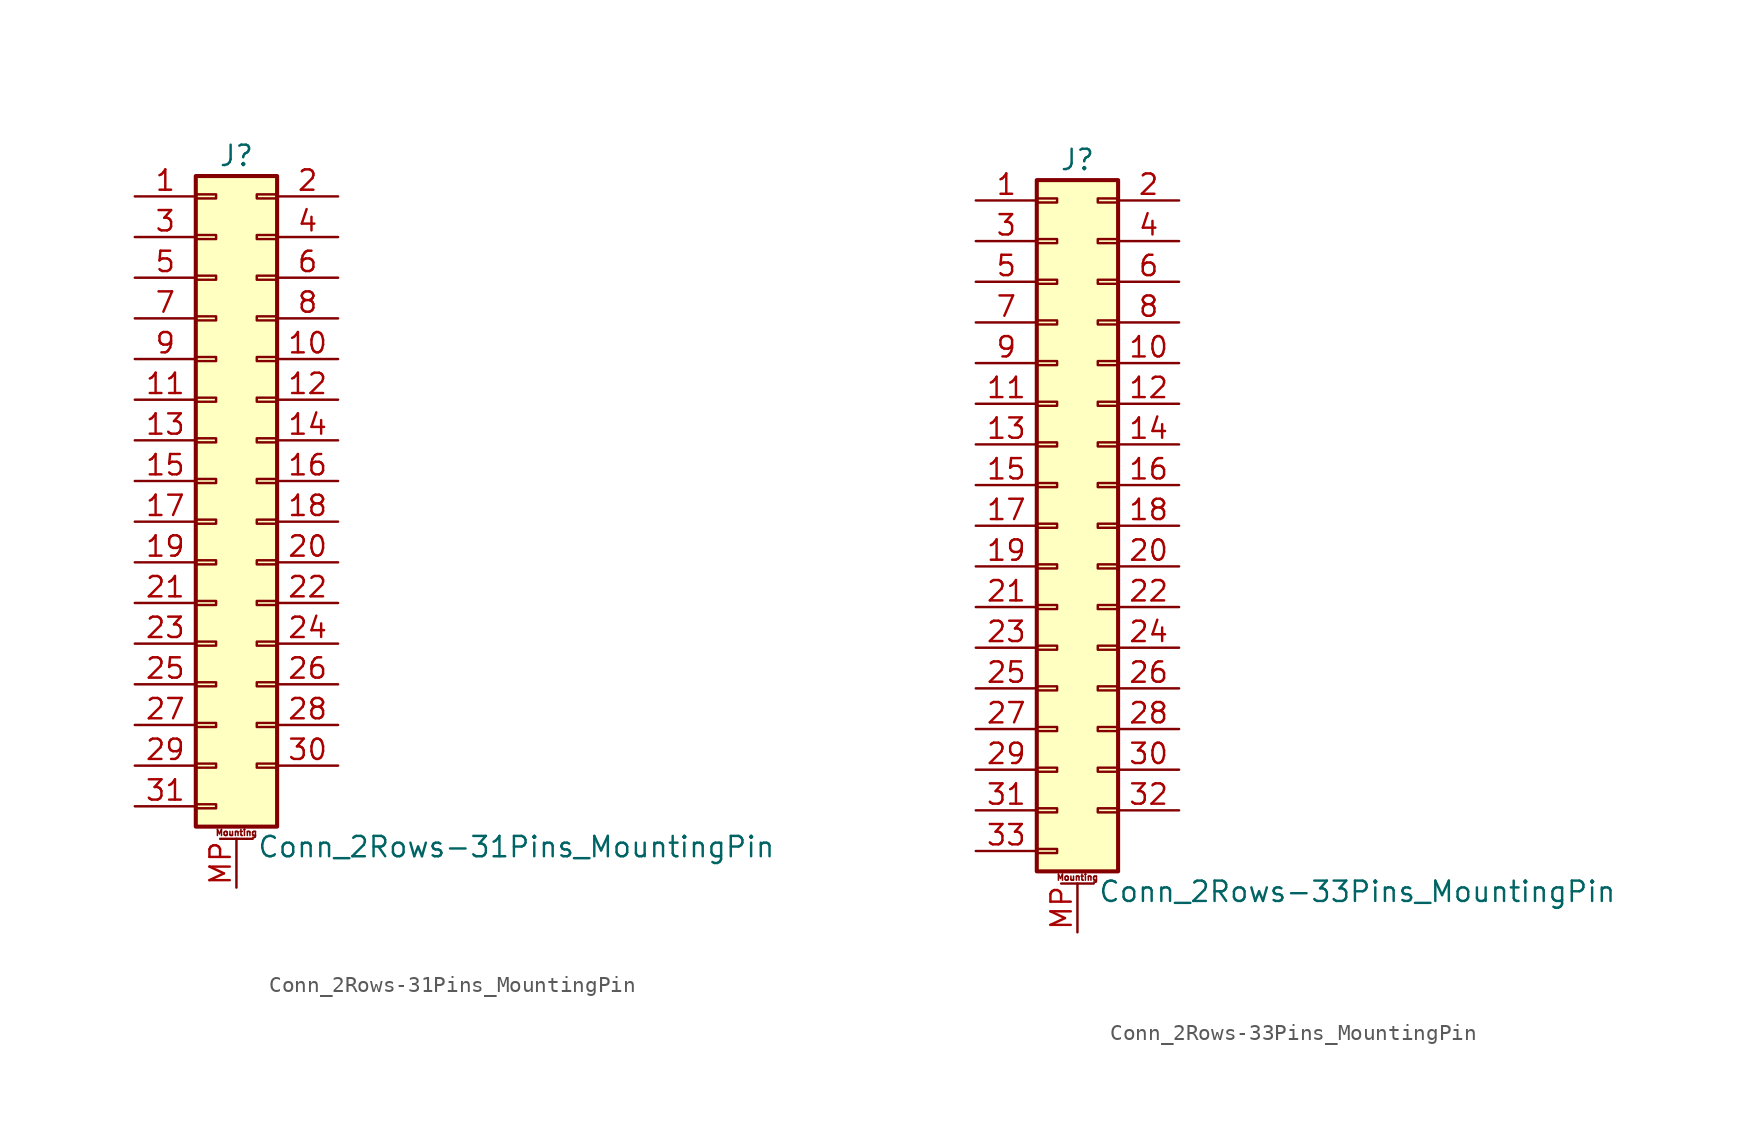
<source format=kicad_sym>
(kicad_symbol_lib
  (version 20201005)
  (generator kicad_symbol_editor)
  (symbol "Connector_Generic_MountingPin:Conn_2Rows-31Pins_MountingPin"
    (pin_names
      (offset 1.016) hide)
    (property "Reference" "J"
      (at 1.27 20.32 0)
      (effects (font (size 1.27 1.27))))
    (property "Value" "Conn_2Rows-31Pins_MountingPin"
      (at 2.54 -22.86 0)
      (effects (font (size 1.27 1.27)) (justify left)))
    (symbol "Conn_2Rows-31Pins_MountingPin_1_1"
      (text "Mounting" (at 1.27 -21.971 0) (effects (font (size 0.381 0.381))))
      (rectangle (start -1.27 -4.953) (end 0 -5.207) (stroke (width 0.152)) (fill (type none)))
      (rectangle (start -1.27 -7.493) (end 0 -7.747) (stroke (width 0.152)) (fill (type none)))
      (rectangle (start -1.27 -10.033) (end 0 -10.287) (stroke (width 0.152)) (fill (type none)))
      (rectangle (start -1.27 -12.573) (end 0 -12.827) (stroke (width 0.152)) (fill (type none)))
      (rectangle (start -1.27 -15.113) (end 0 -15.367) (stroke (width 0.152)) (fill (type none)))
      (rectangle (start -1.27 -17.653) (end 0 -17.907) (stroke (width 0.152)) (fill (type none)))
      (rectangle (start -1.27 -20.193) (end 0 -20.447) (stroke (width 0.152)) (fill (type none)))
      (rectangle (start -1.27 -2.413) (end 0 -2.667) (stroke (width 0.152)) (fill (type none)))
      (rectangle (start -1.27 2.667) (end 0 2.413) (stroke (width 0.152)) (fill (type none)))
      (rectangle (start -1.27 5.207) (end 0 4.953) (stroke (width 0.152)) (fill (type none)))
      (rectangle (start -1.27 7.747) (end 0 7.493) (stroke (width 0.152)) (fill (type none)))
      (rectangle (start -1.27 10.287) (end 0 10.033) (stroke (width 0.152)) (fill (type none)))
      (rectangle (start -1.27 0.127) (end 0 -0.127) (stroke (width 0.152)) (fill (type none)))
      (rectangle (start -1.27 12.827) (end 0 12.573) (stroke (width 0.152)) (fill (type none)))
      (rectangle (start -1.27 15.367) (end 0 15.113) (stroke (width 0.152)) (fill (type none)))
      (rectangle (start -1.27 17.907) (end 0 17.653) (stroke (width 0.152)) (fill (type none)))
      (rectangle (start -1.27 19.05) (end 3.81 -21.59) (stroke (width 0.254)) (fill (type background)))
      (rectangle (start 3.81 -4.953) (end 2.54 -5.207) (stroke (width 0.152)) (fill (type none)))
      (rectangle (start 3.81 -7.493) (end 2.54 -7.747) (stroke (width 0.152)) (fill (type none)))
      (rectangle (start 3.81 -10.033) (end 2.54 -10.287) (stroke (width 0.152)) (fill (type none)))
      (rectangle (start 3.81 -12.573) (end 2.54 -12.827) (stroke (width 0.152)) (fill (type none)))
      (rectangle (start 3.81 -15.113) (end 2.54 -15.367) (stroke (width 0.152)) (fill (type none)))
      (rectangle (start 3.81 -17.653) (end 2.54 -17.907) (stroke (width 0.152)) (fill (type none)))
      (rectangle (start 3.81 -2.413) (end 2.54 -2.667) (stroke (width 0.152)) (fill (type none)))
      (rectangle (start 3.81 2.667) (end 2.54 2.413) (stroke (width 0.152)) (fill (type none)))
      (rectangle (start 3.81 5.207) (end 2.54 4.953) (stroke (width 0.152)) (fill (type none)))
      (rectangle (start 3.81 7.747) (end 2.54 7.493) (stroke (width 0.152)) (fill (type none)))
      (rectangle (start 3.81 10.287) (end 2.54 10.033) (stroke (width 0.152)) (fill (type none)))
      (rectangle (start 3.81 0.127) (end 2.54 -0.127) (stroke (width 0.152)) (fill (type none)))
      (rectangle (start 3.81 12.827) (end 2.54 12.573) (stroke (width 0.152)) (fill (type none)))
      (rectangle (start 3.81 15.367) (end 2.54 15.113) (stroke (width 0.152)) (fill (type none)))
      (rectangle (start 3.81 17.907) (end 2.54 17.653) (stroke (width 0.152)) (fill (type none)))
      (polyline (pts (xy 0.254 -22.352) (xy 2.286 -22.352)) (stroke (width 0.152)) (fill (type none)))
      (pin passive line (at 1.27 -25.4 90) (length 3.048) (name "MountPin" (effects (font (size 1.27 1.27)))) (number "MP" (effects (font (size 1.27 1.27)))))
      (pin passive line (at -5.08 17.78 0) (length 3.81) (name "Pin_1" (effects (font (size 1.27 1.27)))) (number "1" (effects (font (size 1.27 1.27)))))
      (pin passive line (at 7.62 7.62 180) (length 3.81) (name "Pin_10" (effects (font (size 1.27 1.27)))) (number "10" (effects (font (size 1.27 1.27)))))
      (pin passive line (at -5.08 5.08 0) (length 3.81) (name "Pin_11" (effects (font (size 1.27 1.27)))) (number "11" (effects (font (size 1.27 1.27)))))
      (pin passive line (at 7.62 5.08 180) (length 3.81) (name "Pin_12" (effects (font (size 1.27 1.27)))) (number "12" (effects (font (size 1.27 1.27)))))
      (pin passive line (at -5.08 2.54 0) (length 3.81) (name "Pin_13" (effects (font (size 1.27 1.27)))) (number "13" (effects (font (size 1.27 1.27)))))
      (pin passive line (at 7.62 2.54 180) (length 3.81) (name "Pin_14" (effects (font (size 1.27 1.27)))) (number "14" (effects (font (size 1.27 1.27)))))
      (pin passive line (at -5.08 0 0) (length 3.81) (name "Pin_15" (effects (font (size 1.27 1.27)))) (number "15" (effects (font (size 1.27 1.27)))))
      (pin passive line (at 7.62 0 180) (length 3.81) (name "Pin_16" (effects (font (size 1.27 1.27)))) (number "16" (effects (font (size 1.27 1.27)))))
      (pin passive line (at -5.08 -2.54 0) (length 3.81) (name "Pin_17" (effects (font (size 1.27 1.27)))) (number "17" (effects (font (size 1.27 1.27)))))
      (pin passive line (at 7.62 -2.54 180) (length 3.81) (name "Pin_18" (effects (font (size 1.27 1.27)))) (number "18" (effects (font (size 1.27 1.27)))))
      (pin passive line (at -5.08 -5.08 0) (length 3.81) (name "Pin_19" (effects (font (size 1.27 1.27)))) (number "19" (effects (font (size 1.27 1.27)))))
      (pin passive line (at 7.62 17.78 180) (length 3.81) (name "Pin_2" (effects (font (size 1.27 1.27)))) (number "2" (effects (font (size 1.27 1.27)))))
      (pin passive line (at 7.62 -5.08 180) (length 3.81) (name "Pin_20" (effects (font (size 1.27 1.27)))) (number "20" (effects (font (size 1.27 1.27)))))
      (pin passive line (at -5.08 -7.62 0) (length 3.81) (name "Pin_21" (effects (font (size 1.27 1.27)))) (number "21" (effects (font (size 1.27 1.27)))))
      (pin passive line (at 7.62 -7.62 180) (length 3.81) (name "Pin_22" (effects (font (size 1.27 1.27)))) (number "22" (effects (font (size 1.27 1.27)))))
      (pin passive line (at -5.08 -10.16 0) (length 3.81) (name "Pin_23" (effects (font (size 1.27 1.27)))) (number "23" (effects (font (size 1.27 1.27)))))
      (pin passive line (at 7.62 -10.16 180) (length 3.81) (name "Pin_24" (effects (font (size 1.27 1.27)))) (number "24" (effects (font (size 1.27 1.27)))))
      (pin passive line (at -5.08 -12.7 0) (length 3.81) (name "Pin_25" (effects (font (size 1.27 1.27)))) (number "25" (effects (font (size 1.27 1.27)))))
      (pin passive line (at 7.62 -12.7 180) (length 3.81) (name "Pin_26" (effects (font (size 1.27 1.27)))) (number "26" (effects (font (size 1.27 1.27)))))
      (pin passive line (at -5.08 -15.24 0) (length 3.81) (name "Pin_27" (effects (font (size 1.27 1.27)))) (number "27" (effects (font (size 1.27 1.27)))))
      (pin passive line (at 7.62 -15.24 180) (length 3.81) (name "Pin_28" (effects (font (size 1.27 1.27)))) (number "28" (effects (font (size 1.27 1.27)))))
      (pin passive line (at -5.08 -17.78 0) (length 3.81) (name "Pin_29" (effects (font (size 1.27 1.27)))) (number "29" (effects (font (size 1.27 1.27)))))
      (pin passive line (at -5.08 15.24 0) (length 3.81) (name "Pin_3" (effects (font (size 1.27 1.27)))) (number "3" (effects (font (size 1.27 1.27)))))
      (pin passive line (at 7.62 -17.78 180) (length 3.81) (name "Pin_30" (effects (font (size 1.27 1.27)))) (number "30" (effects (font (size 1.27 1.27)))))
      (pin passive line (at -5.08 -20.32 0) (length 3.81) (name "Pin_31" (effects (font (size 1.27 1.27)))) (number "31" (effects (font (size 1.27 1.27)))))
      (pin passive line (at 7.62 15.24 180) (length 3.81) (name "Pin_4" (effects (font (size 1.27 1.27)))) (number "4" (effects (font (size 1.27 1.27)))))
      (pin passive line (at -5.08 12.7 0) (length 3.81) (name "Pin_5" (effects (font (size 1.27 1.27)))) (number "5" (effects (font (size 1.27 1.27)))))
      (pin passive line (at 7.62 12.7 180) (length 3.81) (name "Pin_6" (effects (font (size 1.27 1.27)))) (number "6" (effects (font (size 1.27 1.27)))))
      (pin passive line (at -5.08 10.16 0) (length 3.81) (name "Pin_7" (effects (font (size 1.27 1.27)))) (number "7" (effects (font (size 1.27 1.27)))))
      (pin passive line (at 7.62 10.16 180) (length 3.81) (name "Pin_8" (effects (font (size 1.27 1.27)))) (number "8" (effects (font (size 1.27 1.27)))))
      (pin passive line (at -5.08 7.62 0) (length 3.81) (name "Pin_9" (effects (font (size 1.27 1.27)))) (number "9" (effects (font (size 1.27 1.27)))))))
  (symbol "Connector_Generic_MountingPin:Conn_2Rows-33Pins_MountingPin"
    (pin_names
      (offset 1.016) hide)
    (property "Reference" "J"
      (at 1.27 22.86 0)
      (effects (font (size 1.27 1.27))))
    (property "Value" "Conn_2Rows-33Pins_MountingPin"
      (at 2.54 -22.86 0)
      (effects (font (size 1.27 1.27)) (justify left)))
    (symbol "Conn_2Rows-33Pins_MountingPin_1_1"
      (text "Mounting" (at 1.27 -21.971 0) (effects (font (size 0.381 0.381))))
      (rectangle (start -1.27 -4.953) (end 0 -5.207) (stroke (width 0.152)) (fill (type none)))
      (rectangle (start -1.27 -7.493) (end 0 -7.747) (stroke (width 0.152)) (fill (type none)))
      (rectangle (start -1.27 -10.033) (end 0 -10.287) (stroke (width 0.152)) (fill (type none)))
      (rectangle (start -1.27 -12.573) (end 0 -12.827) (stroke (width 0.152)) (fill (type none)))
      (rectangle (start -1.27 -15.113) (end 0 -15.367) (stroke (width 0.152)) (fill (type none)))
      (rectangle (start -1.27 -17.653) (end 0 -17.907) (stroke (width 0.152)) (fill (type none)))
      (rectangle (start -1.27 -20.193) (end 0 -20.447) (stroke (width 0.152)) (fill (type none)))
      (rectangle (start -1.27 -2.413) (end 0 -2.667) (stroke (width 0.152)) (fill (type none)))
      (rectangle (start -1.27 2.667) (end 0 2.413) (stroke (width 0.152)) (fill (type none)))
      (rectangle (start -1.27 5.207) (end 0 4.953) (stroke (width 0.152)) (fill (type none)))
      (rectangle (start -1.27 7.747) (end 0 7.493) (stroke (width 0.152)) (fill (type none)))
      (rectangle (start -1.27 10.287) (end 0 10.033) (stroke (width 0.152)) (fill (type none)))
      (rectangle (start -1.27 0.127) (end 0 -0.127) (stroke (width 0.152)) (fill (type none)))
      (rectangle (start -1.27 12.827) (end 0 12.573) (stroke (width 0.152)) (fill (type none)))
      (rectangle (start -1.27 15.367) (end 0 15.113) (stroke (width 0.152)) (fill (type none)))
      (rectangle (start -1.27 17.907) (end 0 17.653) (stroke (width 0.152)) (fill (type none)))
      (rectangle (start -1.27 20.447) (end 0 20.193) (stroke (width 0.152)) (fill (type none)))
      (rectangle (start -1.27 21.59) (end 3.81 -21.59) (stroke (width 0.254)) (fill (type background)))
      (rectangle (start 3.81 -4.953) (end 2.54 -5.207) (stroke (width 0.152)) (fill (type none)))
      (rectangle (start 3.81 -7.493) (end 2.54 -7.747) (stroke (width 0.152)) (fill (type none)))
      (rectangle (start 3.81 -10.033) (end 2.54 -10.287) (stroke (width 0.152)) (fill (type none)))
      (rectangle (start 3.81 -12.573) (end 2.54 -12.827) (stroke (width 0.152)) (fill (type none)))
      (rectangle (start 3.81 -15.113) (end 2.54 -15.367) (stroke (width 0.152)) (fill (type none)))
      (rectangle (start 3.81 -17.653) (end 2.54 -17.907) (stroke (width 0.152)) (fill (type none)))
      (rectangle (start 3.81 -2.413) (end 2.54 -2.667) (stroke (width 0.152)) (fill (type none)))
      (rectangle (start 3.81 2.667) (end 2.54 2.413) (stroke (width 0.152)) (fill (type none)))
      (rectangle (start 3.81 5.207) (end 2.54 4.953) (stroke (width 0.152)) (fill (type none)))
      (rectangle (start 3.81 7.747) (end 2.54 7.493) (stroke (width 0.152)) (fill (type none)))
      (rectangle (start 3.81 10.287) (end 2.54 10.033) (stroke (width 0.152)) (fill (type none)))
      (rectangle (start 3.81 0.127) (end 2.54 -0.127) (stroke (width 0.152)) (fill (type none)))
      (rectangle (start 3.81 12.827) (end 2.54 12.573) (stroke (width 0.152)) (fill (type none)))
      (rectangle (start 3.81 15.367) (end 2.54 15.113) (stroke (width 0.152)) (fill (type none)))
      (rectangle (start 3.81 17.907) (end 2.54 17.653) (stroke (width 0.152)) (fill (type none)))
      (rectangle (start 3.81 20.447) (end 2.54 20.193) (stroke (width 0.152)) (fill (type none)))
      (polyline (pts (xy 0.254 -22.352) (xy 2.286 -22.352)) (stroke (width 0.152)) (fill (type none)))
      (pin passive line (at 1.27 -25.4 90) (length 3.048) (name "MountPin" (effects (font (size 1.27 1.27)))) (number "MP" (effects (font (size 1.27 1.27)))))
      (pin passive line (at -5.08 20.32 0) (length 3.81) (name "Pin_1" (effects (font (size 1.27 1.27)))) (number "1" (effects (font (size 1.27 1.27)))))
      (pin passive line (at 7.62 10.16 180) (length 3.81) (name "Pin_10" (effects (font (size 1.27 1.27)))) (number "10" (effects (font (size 1.27 1.27)))))
      (pin passive line (at -5.08 7.62 0) (length 3.81) (name "Pin_11" (effects (font (size 1.27 1.27)))) (number "11" (effects (font (size 1.27 1.27)))))
      (pin passive line (at 7.62 7.62 180) (length 3.81) (name "Pin_12" (effects (font (size 1.27 1.27)))) (number "12" (effects (font (size 1.27 1.27)))))
      (pin passive line (at -5.08 5.08 0) (length 3.81) (name "Pin_13" (effects (font (size 1.27 1.27)))) (number "13" (effects (font (size 1.27 1.27)))))
      (pin passive line (at 7.62 5.08 180) (length 3.81) (name "Pin_14" (effects (font (size 1.27 1.27)))) (number "14" (effects (font (size 1.27 1.27)))))
      (pin passive line (at -5.08 2.54 0) (length 3.81) (name "Pin_15" (effects (font (size 1.27 1.27)))) (number "15" (effects (font (size 1.27 1.27)))))
      (pin passive line (at 7.62 2.54 180) (length 3.81) (name "Pin_16" (effects (font (size 1.27 1.27)))) (number "16" (effects (font (size 1.27 1.27)))))
      (pin passive line (at -5.08 0 0) (length 3.81) (name "Pin_17" (effects (font (size 1.27 1.27)))) (number "17" (effects (font (size 1.27 1.27)))))
      (pin passive line (at 7.62 0 180) (length 3.81) (name "Pin_18" (effects (font (size 1.27 1.27)))) (number "18" (effects (font (size 1.27 1.27)))))
      (pin passive line (at -5.08 -2.54 0) (length 3.81) (name "Pin_19" (effects (font (size 1.27 1.27)))) (number "19" (effects (font (size 1.27 1.27)))))
      (pin passive line (at 7.62 20.32 180) (length 3.81) (name "Pin_2" (effects (font (size 1.27 1.27)))) (number "2" (effects (font (size 1.27 1.27)))))
      (pin passive line (at 7.62 -2.54 180) (length 3.81) (name "Pin_20" (effects (font (size 1.27 1.27)))) (number "20" (effects (font (size 1.27 1.27)))))
      (pin passive line (at -5.08 -5.08 0) (length 3.81) (name "Pin_21" (effects (font (size 1.27 1.27)))) (number "21" (effects (font (size 1.27 1.27)))))
      (pin passive line (at 7.62 -5.08 180) (length 3.81) (name "Pin_22" (effects (font (size 1.27 1.27)))) (number "22" (effects (font (size 1.27 1.27)))))
      (pin passive line (at -5.08 -7.62 0) (length 3.81) (name "Pin_23" (effects (font (size 1.27 1.27)))) (number "23" (effects (font (size 1.27 1.27)))))
      (pin passive line (at 7.62 -7.62 180) (length 3.81) (name "Pin_24" (effects (font (size 1.27 1.27)))) (number "24" (effects (font (size 1.27 1.27)))))
      (pin passive line (at -5.08 -10.16 0) (length 3.81) (name "Pin_25" (effects (font (size 1.27 1.27)))) (number "25" (effects (font (size 1.27 1.27)))))
      (pin passive line (at 7.62 -10.16 180) (length 3.81) (name "Pin_26" (effects (font (size 1.27 1.27)))) (number "26" (effects (font (size 1.27 1.27)))))
      (pin passive line (at -5.08 -12.7 0) (length 3.81) (name "Pin_27" (effects (font (size 1.27 1.27)))) (number "27" (effects (font (size 1.27 1.27)))))
      (pin passive line (at 7.62 -12.7 180) (length 3.81) (name "Pin_28" (effects (font (size 1.27 1.27)))) (number "28" (effects (font (size 1.27 1.27)))))
      (pin passive line (at -5.08 -15.24 0) (length 3.81) (name "Pin_29" (effects (font (size 1.27 1.27)))) (number "29" (effects (font (size 1.27 1.27)))))
      (pin passive line (at -5.08 17.78 0) (length 3.81) (name "Pin_3" (effects (font (size 1.27 1.27)))) (number "3" (effects (font (size 1.27 1.27)))))
      (pin passive line (at 7.62 -15.24 180) (length 3.81) (name "Pin_30" (effects (font (size 1.27 1.27)))) (number "30" (effects (font (size 1.27 1.27)))))
      (pin passive line (at -5.08 -17.78 0) (length 3.81) (name "Pin_31" (effects (font (size 1.27 1.27)))) (number "31" (effects (font (size 1.27 1.27)))))
      (pin passive line (at 7.62 -17.78 180) (length 3.81) (name "Pin_32" (effects (font (size 1.27 1.27)))) (number "32" (effects (font (size 1.27 1.27)))))
      (pin passive line (at -5.08 -20.32 0) (length 3.81) (name "Pin_33" (effects (font (size 1.27 1.27)))) (number "33" (effects (font (size 1.27 1.27)))))
      (pin passive line (at 7.62 17.78 180) (length 3.81) (name "Pin_4" (effects (font (size 1.27 1.27)))) (number "4" (effects (font (size 1.27 1.27)))))
      (pin passive line (at -5.08 15.24 0) (length 3.81) (name "Pin_5" (effects (font (size 1.27 1.27)))) (number "5" (effects (font (size 1.27 1.27)))))
      (pin passive line (at 7.62 15.24 180) (length 3.81) (name "Pin_6" (effects (font (size 1.27 1.27)))) (number "6" (effects (font (size 1.27 1.27)))))
      (pin passive line (at -5.08 12.7 0) (length 3.81) (name "Pin_7" (effects (font (size 1.27 1.27)))) (number "7" (effects (font (size 1.27 1.27)))))
      (pin passive line (at 7.62 12.7 180) (length 3.81) (name "Pin_8" (effects (font (size 1.27 1.27)))) (number "8" (effects (font (size 1.27 1.27)))))
      (pin passive line (at -5.08 10.16 0) (length 3.81) (name "Pin_9" (effects (font (size 1.27 1.27)))) (number "9" (effects (font (size 1.27 1.27))))))))
</source>
